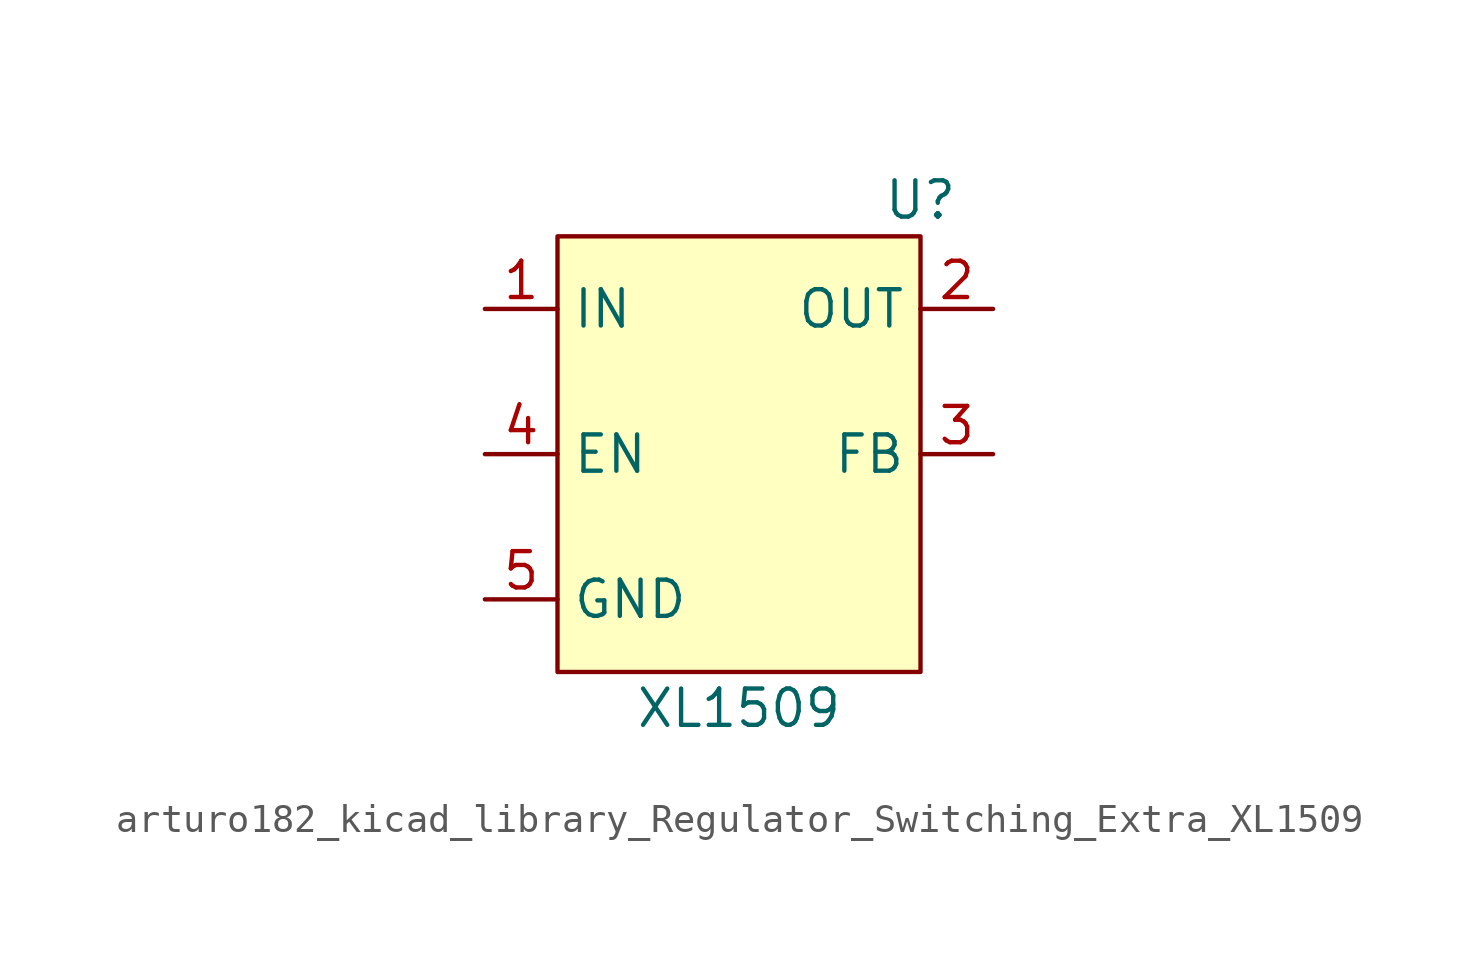
<source format=kicad_sym>
(kicad_symbol_lib
  (version 20220914)
  (generator kicad_symbol_editor)
  (symbol "Regulator_Switching_Extra:arturo182_kicad_library_Regulator_Switching_Extra_XL1509"
    (property "Reference" "U"
      (at 6.35 8.89 0)
      (effects (font (size 1.27 1.27))))
    (property "Value" "XL1509"
      (at 0 -8.89 0)
      (effects (font (size 1.27 1.27))))
    (symbol "arturo182_kicad_library_Regulator_Switching_Extra_XL1509_0_0"
      (pin passive line (at -8.89 -5.08 0) (length 2.54) hide (name "GND" (effects (font (size 1.27 1.27)))) (number "6" (effects (font (size 1.27 1.27)))))
      (pin passive line (at -8.89 -5.08 0) (length 2.54) hide (name "GND" (effects (font (size 1.27 1.27)))) (number "7" (effects (font (size 1.27 1.27)))))
      (pin passive line (at -8.89 -5.08 0) (length 2.54) hide (name "GND" (effects (font (size 1.27 1.27)))) (number "8" (effects (font (size 1.27 1.27))))))
    (symbol "arturo182_kicad_library_Regulator_Switching_Extra_XL1509_0_1"
      (rectangle (start -6.35 7.62) (end 6.35 -7.62) (stroke (width 0)) (fill (type background))))
    (symbol "arturo182_kicad_library_Regulator_Switching_Extra_XL1509_1_1"
      (pin power_in line (at -8.89 5.08 0) (length 2.54) (name "IN" (effects (font (size 1.27 1.27)))) (number "1" (effects (font (size 1.27 1.27)))))
      (pin power_out line (at 8.89 5.08 180) (length 2.54) (name "OUT" (effects (font (size 1.27 1.27)))) (number "2" (effects (font (size 1.27 1.27)))))
      (pin input line (at 8.89 0 180) (length 2.54) (name "FB" (effects (font (size 1.27 1.27)))) (number "3" (effects (font (size 1.27 1.27)))))
      (pin input line (at -8.89 0 0) (length 2.54) (name "EN" (effects (font (size 1.27 1.27)))) (number "4" (effects (font (size 1.27 1.27)))))
      (pin power_in line (at -8.89 -5.08 0) (length 2.54) (name "GND" (effects (font (size 1.27 1.27)))) (number "5" (effects (font (size 1.27 1.27))))))))
</source>
